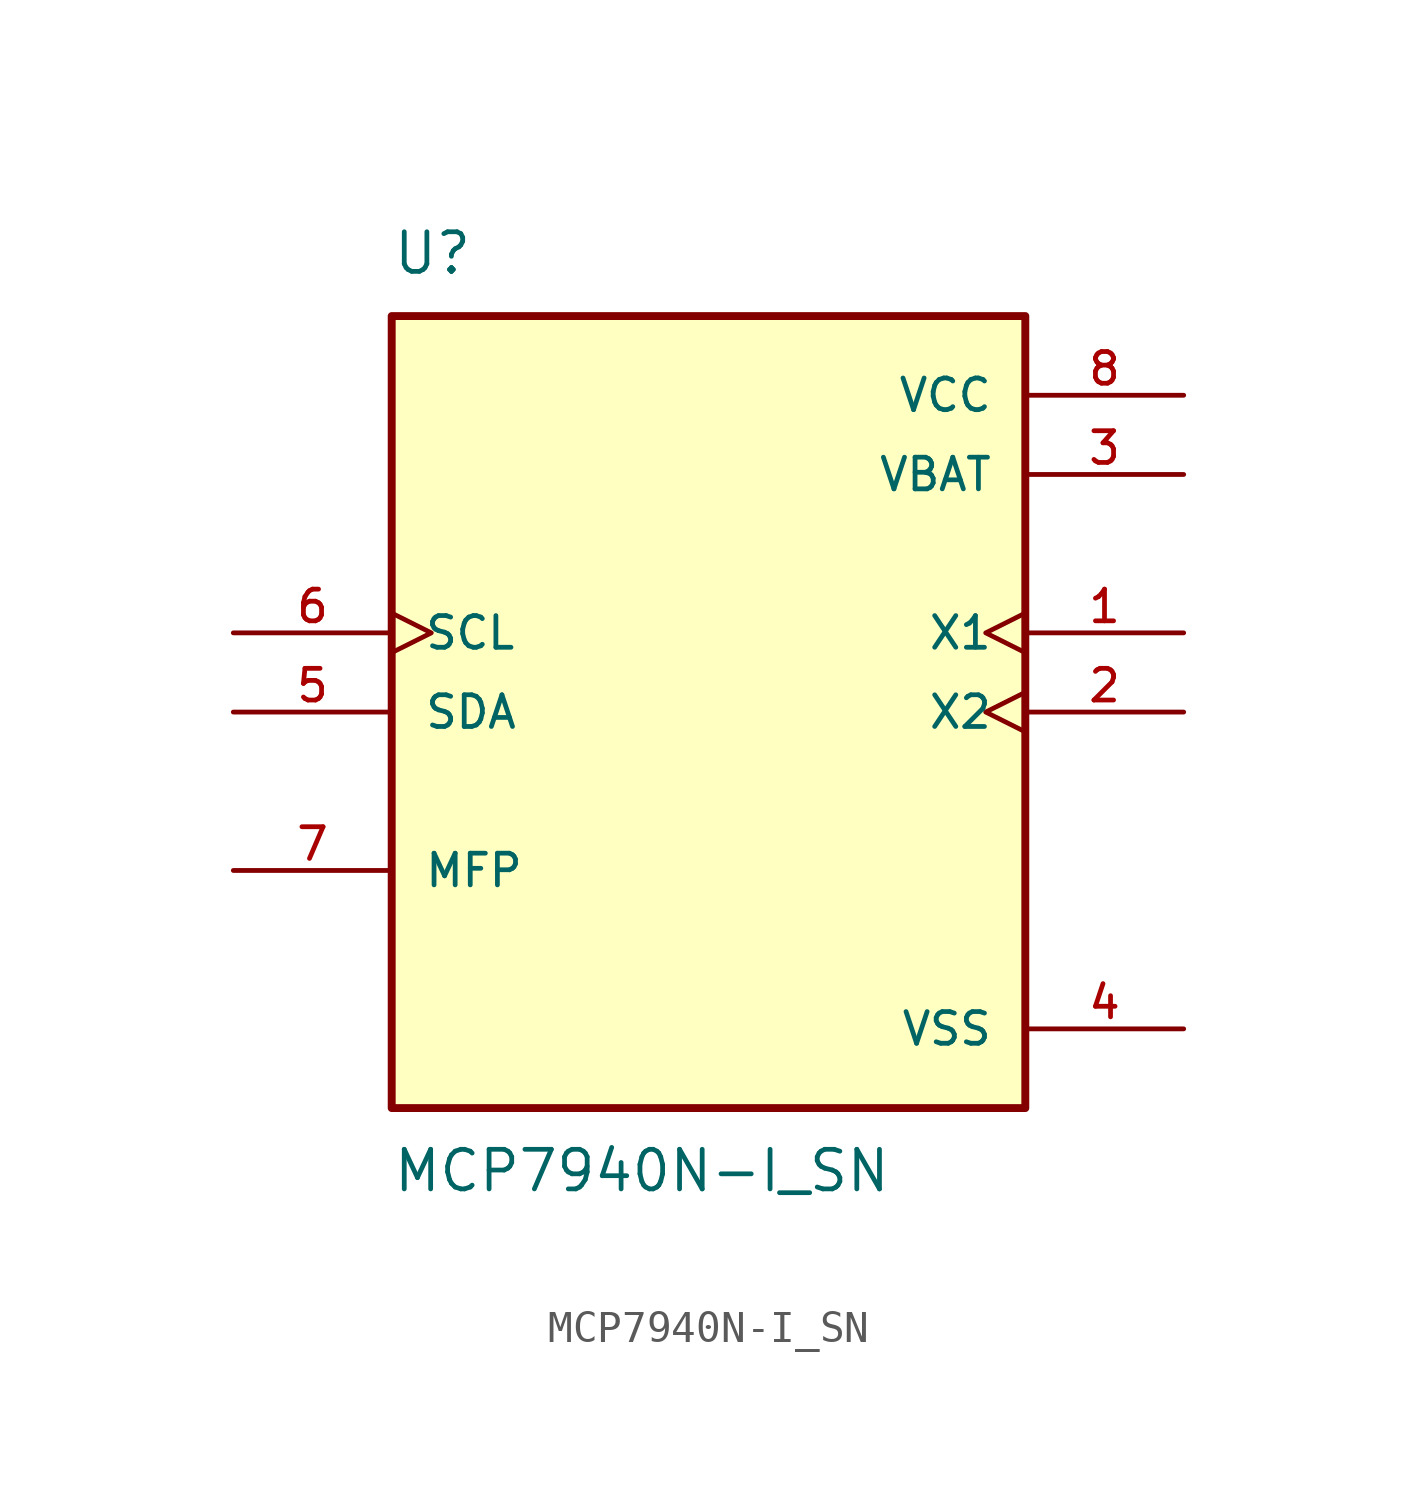
<source format=kicad_sym>
(kicad_symbol_lib
  (version 20241209)
  (generator "kicad_symbol_editor")
  (generator_version "9.0")
  (symbol "MCP7940N-I_SN"
    (pin_names
      (offset 1.016))
    (property "Reference" "U"
      (at -10.16 13.97 0)
      (effects (font (size 1.27 1.27)) (justify left bottom)))
    (property "Value" "MCP7940N-I_SN"
      (at -10.16 -13.97 0)
      (effects (font (size 1.27 1.27)) (justify left top)))
    (symbol "MCP7940N-I_SN_0_0"
      (rectangle (start -10.16 -12.7) (end 10.16 12.7) (stroke (width 0.254) (type default)) (fill (type background)))
      (pin input clock (at -15.24 2.54 0) (length 5.08) (name "SCL" (effects (font (size 1.016 1.016)))) (number "6" (effects (font (size 1.016 1.016)))))
      (pin bidirectional line (at -15.24 0 0) (length 5.08) (name "SDA" (effects (font (size 1.016 1.016)))) (number "5" (effects (font (size 1.016 1.016)))))
      (pin bidirectional line (at -15.24 -5.08 0) (length 5.08) (name "MFP" (effects (font (size 1.016 1.016)))) (number "7" (effects (font (size 1.016 1.016)))))
      (pin power_in line (at 15.24 10.16 180) (length 5.08) (name "VCC" (effects (font (size 1.016 1.016)))) (number "8" (effects (font (size 1.016 1.016)))))
      (pin power_in line (at 15.24 7.62 180) (length 5.08) (name "VBAT" (effects (font (size 1.016 1.016)))) (number "3" (effects (font (size 1.016 1.016)))))
      (pin input clock (at 15.24 2.54 180) (length 5.08) (name "X1" (effects (font (size 1.016 1.016)))) (number "1" (effects (font (size 1.016 1.016)))))
      (pin output clock (at 15.24 0 180) (length 5.08) (name "X2" (effects (font (size 1.016 1.016)))) (number "2" (effects (font (size 1.016 1.016)))))
      (pin power_in line (at 15.24 -10.16 180) (length 5.08) (name "VSS" (effects (font (size 1.016 1.016)))) (number "4" (effects (font (size 1.016 1.016))))))))
</source>
